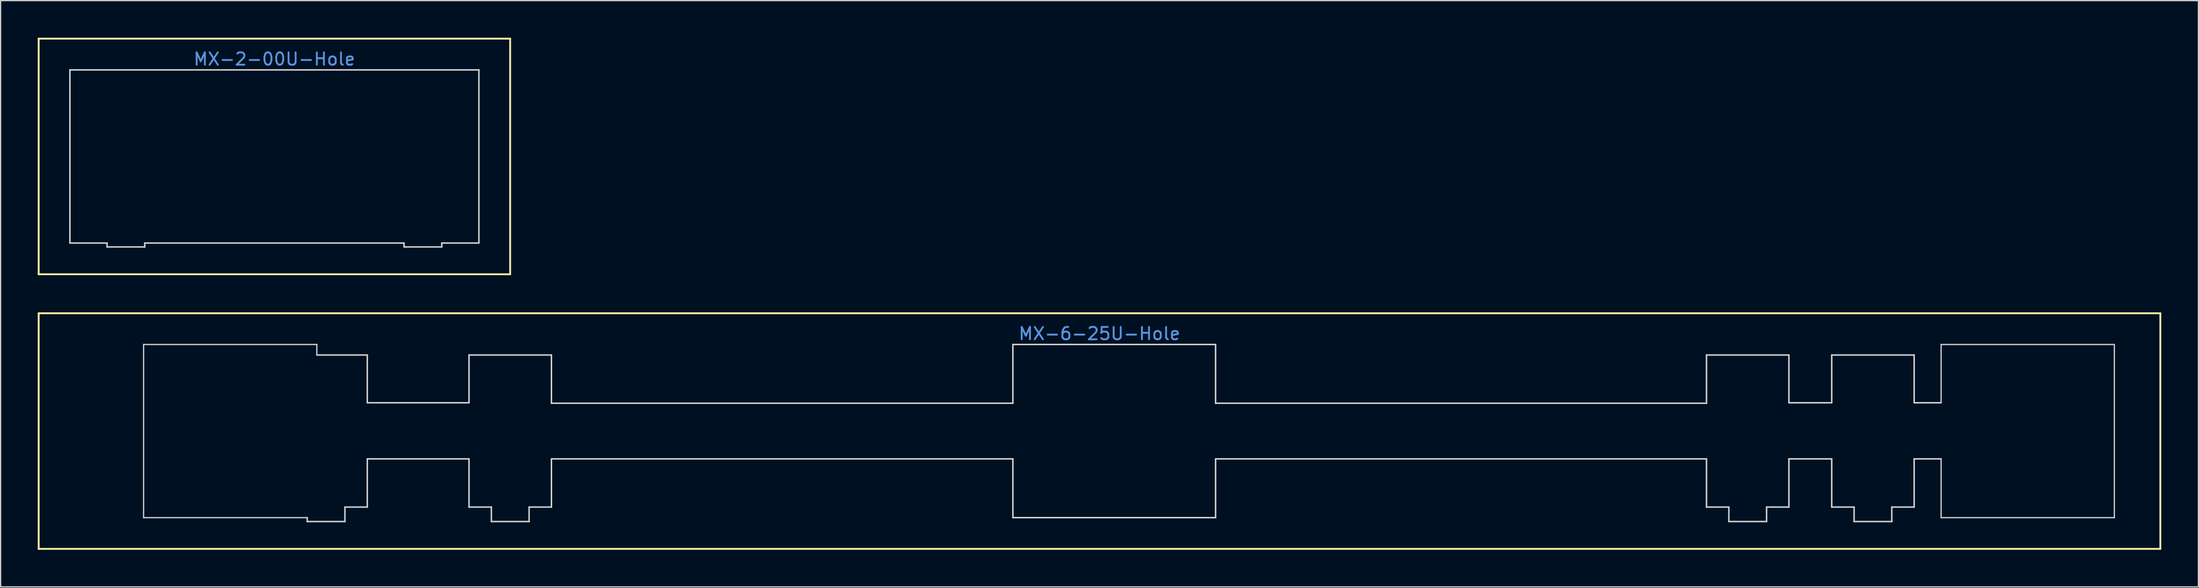
<source format=kicad_pcb>
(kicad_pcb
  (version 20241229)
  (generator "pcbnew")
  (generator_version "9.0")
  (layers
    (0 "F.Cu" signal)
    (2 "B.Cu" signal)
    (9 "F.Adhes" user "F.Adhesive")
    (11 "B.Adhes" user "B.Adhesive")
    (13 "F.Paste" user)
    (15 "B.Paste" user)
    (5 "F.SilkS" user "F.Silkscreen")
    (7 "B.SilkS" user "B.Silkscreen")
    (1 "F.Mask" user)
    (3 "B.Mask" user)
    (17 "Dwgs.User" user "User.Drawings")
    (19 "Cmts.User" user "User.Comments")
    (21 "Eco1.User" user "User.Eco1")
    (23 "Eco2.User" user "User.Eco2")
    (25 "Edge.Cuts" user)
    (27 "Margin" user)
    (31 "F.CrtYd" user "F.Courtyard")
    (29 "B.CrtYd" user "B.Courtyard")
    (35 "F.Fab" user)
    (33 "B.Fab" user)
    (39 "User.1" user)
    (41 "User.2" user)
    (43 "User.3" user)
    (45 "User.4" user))
  (footprint "MX-6-25U-Hole"
    (layer "F.Cu")
    (at 85.8 31.8)
    (property "Reference" "MX-6-25U-Hole" (at 0 -7.874 0) (layer "Cmts.User") (effects (font (size 1 1) (thickness 0.15))))
    (attr through_hole)
    (fp_line (start -85.725 -9.525) (end 85.725 -9.525) (stroke (width 0.15) (type solid)) (layer "F.SilkS"))
    (fp_line (start -85.725 9.525) (end -85.725 -9.525) (stroke (width 0.15) (type solid)) (layer "F.SilkS"))
    (fp_line (start 85.725 -9.525) (end 85.725 9.525) (stroke (width 0.15) (type solid)) (layer "F.SilkS"))
    (fp_line (start 85.725 9.525) (end -85.725 9.525) (stroke (width 0.15) (type solid)) (layer "F.SilkS"))
    (fp_line (start -77.247 -7) (end -63.247 -7) (stroke (width 0.1) (type default)) (layer "Edge.Cuts"))
    (fp_line (start -77.247 7) (end -77.247 -7) (stroke (width 0.1) (type default)) (layer "Edge.Cuts"))
    (fp_line (start -64.024 7) (end -77.247 7) (stroke (width 0.1) (type default)) (layer "Edge.Cuts"))
    (fp_line (start -64.024 7) (end -64.024 7.315) (stroke (width 0.12) (type solid)) (layer "Edge.Cuts"))
    (fp_line (start -63.247 -7) (end -63.247 -6.147) (stroke (width 0.1) (type default)) (layer "Edge.Cuts"))
    (fp_line (start -60.976 6.147) (end -60.976 7.315) (stroke (width 0.12) (type solid)) (layer "Edge.Cuts"))
    (fp_line (start -60.976 7.315) (end -64.024 7.315) (stroke (width 0.12) (type solid)) (layer "Edge.Cuts"))
    (fp_line (start -59.17 -6.147) (end -63.247 -6.147) (stroke (width 0.12) (type solid)) (layer "Edge.Cuts"))
    (fp_line (start -59.17 -6.147) (end -59.17 -2.286) (stroke (width 0.12) (type solid)) (layer "Edge.Cuts"))
    (fp_line (start -59.17 6.147) (end -60.976 6.147) (stroke (width 0.12) (type solid)) (layer "Edge.Cuts"))
    (fp_line (start -59.17 6.147) (end -59.17 2.25) (stroke (width 0.12) (type solid)) (layer "Edge.Cuts"))
    (fp_line (start -50.949 -6.147) (end -50.949 -2.286) (stroke (width 0.12) (type solid)) (layer "Edge.Cuts"))
    (fp_line (start -50.949 -2.286) (end -59.17 -2.286) (stroke (width 0.12) (type solid)) (layer "Edge.Cuts"))
    (fp_line (start -50.949 2.25) (end -59.17 2.25) (stroke (width 0.12) (type solid)) (layer "Edge.Cuts"))
    (fp_line (start -50.949 2.25) (end -50.949 6.147) (stroke (width 0.12) (type solid)) (layer "Edge.Cuts"))
    (fp_line (start -49.143 6.147) (end -50.949 6.147) (stroke (width 0.12) (type solid)) (layer "Edge.Cuts"))
    (fp_line (start -49.143 6.147) (end -49.143 7.315) (stroke (width 0.12) (type solid)) (layer "Edge.Cuts"))
    (fp_line (start -46.095 6.147) (end -46.095 7.315) (stroke (width 0.12) (type solid)) (layer "Edge.Cuts"))
    (fp_line (start -46.095 7.315) (end -49.143 7.315) (stroke (width 0.12) (type solid)) (layer "Edge.Cuts"))
    (fp_line (start -44.289 -6.147) (end -50.949 -6.147) (stroke (width 0.12) (type solid)) (layer "Edge.Cuts"))
    (fp_line (start -44.289 -6.147) (end -44.289 -2.25) (stroke (width 0.12) (type solid)) (layer "Edge.Cuts"))
    (fp_line (start -44.289 -2.25) (end -7 -2.25) (stroke (width 0.12) (type solid)) (layer "Edge.Cuts"))
    (fp_line (start -44.289 2.25) (end -7 2.25) (stroke (width 0.12) (type solid)) (layer "Edge.Cuts"))
    (fp_line (start -44.289 6.147) (end -46.095 6.147) (stroke (width 0.12) (type solid)) (layer "Edge.Cuts"))
    (fp_line (start -44.289 6.147) (end -44.289 2.25) (stroke (width 0.12) (type solid)) (layer "Edge.Cuts"))
    (fp_line (start -7 -7) (end -7 -2.25) (stroke (width 0.12) (type solid)) (layer "Edge.Cuts"))
    (fp_line (start -7 -7) (end 9.381 -7) (stroke (width 0.12) (type solid)) (layer "Edge.Cuts"))
    (fp_line (start -7 7) (end -7 2.25) (stroke (width 0.12) (type solid)) (layer "Edge.Cuts"))
    (fp_line (start -7 7) (end 9.381 7) (stroke (width 0.12) (type solid)) (layer "Edge.Cuts"))
    (fp_line (start 9.381 -7) (end 9.381 -2.25) (stroke (width 0.12) (type solid)) (layer "Edge.Cuts"))
    (fp_line (start 9.381 7) (end 9.381 2.25) (stroke (width 0.12) (type solid)) (layer "Edge.Cuts"))
    (fp_line (start 49.051 -6.147) (end 49.051 -2.25) (stroke (width 0.12) (type solid)) (layer "Edge.Cuts"))
    (fp_line (start 49.051 -6.147) (end 55.711 -6.147) (stroke (width 0.12) (type solid)) (layer "Edge.Cuts"))
    (fp_line (start 49.051 -2.25) (end 9.381 -2.25) (stroke (width 0.12) (type solid)) (layer "Edge.Cuts"))
    (fp_line (start 49.051 2.25) (end 9.381 2.25) (stroke (width 0.12) (type solid)) (layer "Edge.Cuts"))
    (fp_line (start 49.051 6.147) (end 49.051 2.25) (stroke (width 0.12) (type solid)) (layer "Edge.Cuts"))
    (fp_line (start 49.051 6.147) (end 50.857 6.147) (stroke (width 0.12) (type solid)) (layer "Edge.Cuts"))
    (fp_line (start 50.857 6.147) (end 50.857 7.315) (stroke (width 0.12) (type solid)) (layer "Edge.Cuts"))
    (fp_line (start 50.857 7.315) (end 53.905 7.315) (stroke (width 0.12) (type solid)) (layer "Edge.Cuts"))
    (fp_line (start 53.905 6.147) (end 53.905 7.315) (stroke (width 0.12) (type solid)) (layer "Edge.Cuts"))
    (fp_line (start 53.905 6.147) (end 55.711 6.147) (stroke (width 0.12) (type solid)) (layer "Edge.Cuts"))
    (fp_line (start 55.711 -6.147) (end 55.711 -2.286) (stroke (width 0.12) (type solid)) (layer "Edge.Cuts"))
    (fp_line (start 55.711 -2.286) (end 59.17 -2.286) (stroke (width 0.12) (type solid)) (layer "Edge.Cuts"))
    (fp_line (start 55.711 2.25) (end 55.711 6.147) (stroke (width 0.12) (type solid)) (layer "Edge.Cuts"))
    (fp_line (start 55.711 2.25) (end 59.17 2.25) (stroke (width 0.12) (type solid)) (layer "Edge.Cuts"))
    (fp_line (start 59.17 -6.147) (end 59.17 -2.286) (stroke (width 0.12) (type solid)) (layer "Edge.Cuts"))
    (fp_line (start 59.17 -6.147) (end 65.83 -6.147) (stroke (width 0.12) (type solid)) (layer "Edge.Cuts"))
    (fp_line (start 59.17 6.147) (end 59.17 2.25) (stroke (width 0.12) (type solid)) (layer "Edge.Cuts"))
    (fp_line (start 59.17 6.147) (end 60.976 6.147) (stroke (width 0.12) (type solid)) (layer "Edge.Cuts"))
    (fp_line (start 60.976 6.147) (end 60.976 7.315) (stroke (width 0.12) (type solid)) (layer "Edge.Cuts"))
    (fp_line (start 60.976 7.315) (end 64.024 7.315) (stroke (width 0.12) (type solid)) (layer "Edge.Cuts"))
    (fp_line (start 64.024 6.147) (end 64.024 7.315) (stroke (width 0.12) (type solid)) (layer "Edge.Cuts"))
    (fp_line (start 64.024 6.147) (end 65.83 6.147) (stroke (width 0.12) (type solid)) (layer "Edge.Cuts"))
    (fp_line (start 65.83 -6.147) (end 65.83 -2.286) (stroke (width 0.12) (type solid)) (layer "Edge.Cuts"))
    (fp_line (start 65.83 -2.286) (end 68.009 -2.286) (stroke (width 0.12) (type solid)) (layer "Edge.Cuts"))
    (fp_line (start 65.83 2.25) (end 68.009 2.25) (stroke (width 0.12) (type solid)) (layer "Edge.Cuts"))
    (fp_line (start 65.83 6.147) (end 65.83 2.25) (stroke (width 0.12) (type solid)) (layer "Edge.Cuts"))
    (fp_line (start 68.009 -7) (end 82.009 -7) (stroke (width 0.1) (type default)) (layer "Edge.Cuts"))
    (fp_line (start 68.009 -2.286) (end 68.009 -7) (stroke (width 0.1) (type default)) (layer "Edge.Cuts"))
    (fp_line (start 68.009 7) (end 68.009 2.25) (stroke (width 0.1) (type default)) (layer "Edge.Cuts"))
    (fp_line (start 82.009 -7) (end 82.009 7) (stroke (width 0.1) (type default)) (layer "Edge.Cuts"))
    (fp_line (start 82.009 7) (end 68.009 7) (stroke (width 0.1) (type default)) (layer "Edge.Cuts")))
  (footprint "MX-2-00U-Hole"
    (layer "F.Cu")
    (at 19.125 9.6)
    (property "Reference" "MX-2-00U-Hole" (at 0 -7.874 0) (layer "Cmts.User") (effects (font (size 1 1) (thickness 0.15))))
    (attr through_hole)
    (fp_line (start -19.05 -9.525) (end 19.05 -9.525) (stroke (width 0.15) (type solid)) (layer "F.SilkS"))
    (fp_line (start -19.05 9.525) (end -19.05 -9.525) (stroke (width 0.15) (type solid)) (layer "F.SilkS"))
    (fp_line (start 19.05 -9.525) (end 19.05 9.525) (stroke (width 0.15) (type solid)) (layer "F.SilkS"))
    (fp_line (start 19.05 9.525) (end -19.05 9.525) (stroke (width 0.15) (type solid)) (layer "F.SilkS"))
    (fp_line (start -16.525 -7) (end -16.525 7) (stroke (width 0.12) (type solid)) (layer "Edge.Cuts"))
    (fp_line (start -16.525 -7) (end 16.525 -7) (stroke (width 0.12) (type solid)) (layer "Edge.Cuts"))
    (fp_line (start -16.525 7) (end -13.524 7) (stroke (width 0.12) (type solid)) (layer "Edge.Cuts"))
    (fp_line (start -13.524 7) (end -13.524 7.315) (stroke (width 0.12) (type solid)) (layer "Edge.Cuts"))
    (fp_line (start -10.476 7) (end -10.476 7.315) (stroke (width 0.12) (type solid)) (layer "Edge.Cuts"))
    (fp_line (start -10.476 7) (end 10.476 7) (stroke (width 0.12) (type solid)) (layer "Edge.Cuts"))
    (fp_line (start -10.476 7.315) (end -13.524 7.315) (stroke (width 0.12) (type solid)) (layer "Edge.Cuts"))
    (fp_line (start 10.476 7) (end 10.476 7.315) (stroke (width 0.12) (type solid)) (layer "Edge.Cuts"))
    (fp_line (start 10.476 7.315) (end 13.524 7.315) (stroke (width 0.12) (type solid)) (layer "Edge.Cuts"))
    (fp_line (start 13.524 7) (end 13.524 7.315) (stroke (width 0.12) (type solid)) (layer "Edge.Cuts"))
    (fp_line (start 13.524 7) (end 16.525 7) (stroke (width 0.12) (type solid)) (layer "Edge.Cuts"))
    (fp_line (start 16.525 -7) (end 16.525 7) (stroke (width 0.12) (type solid)) (layer "Edge.Cuts")))
  (gr_rect
    (start -3 -3)
    (end 174.6 44.4)
    (stroke (width 0.1) (type default))
    (fill no)
    (layer "Edge.Cuts")))
</source>
